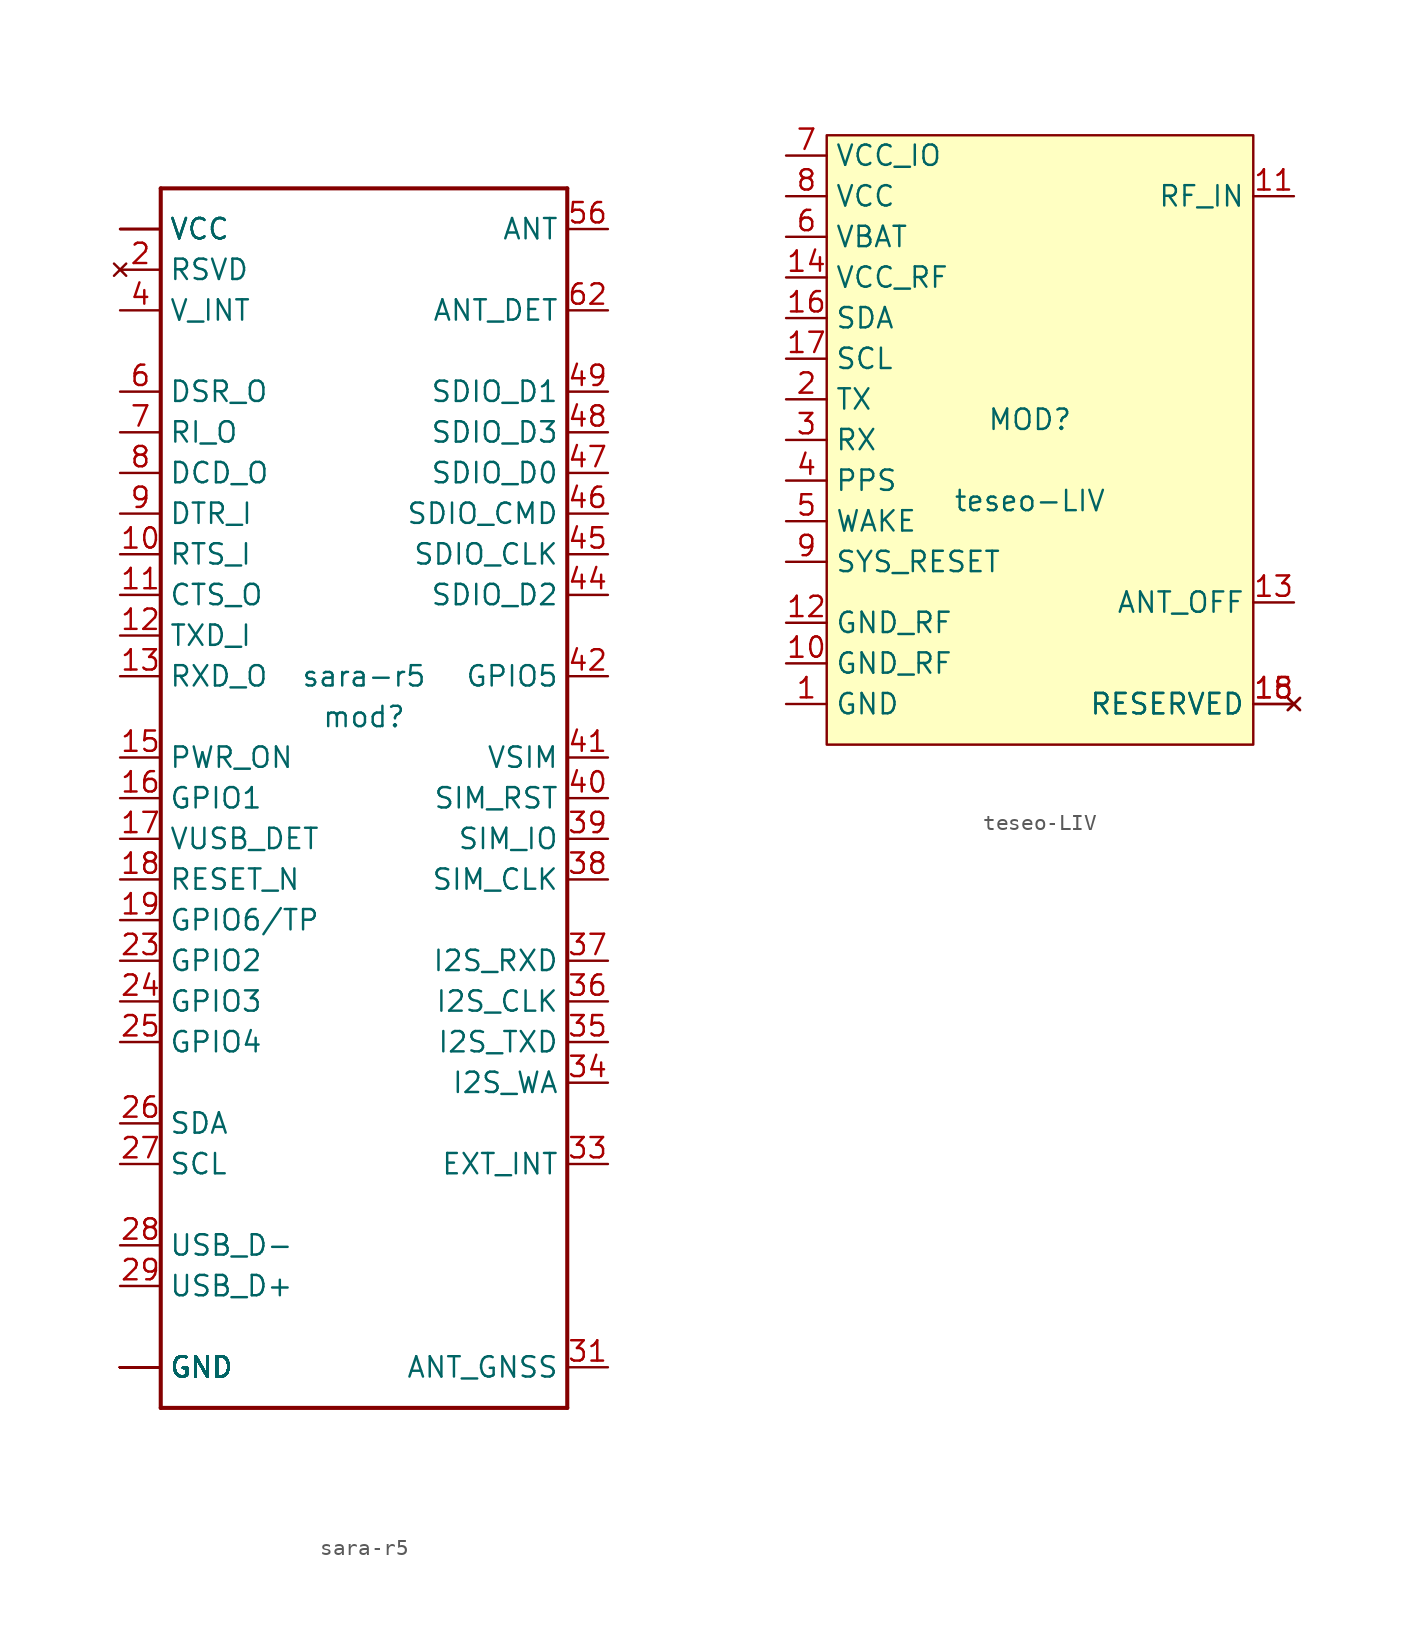
<source format=kicad_sym>
(kicad_symbol_lib
  (version 20201005)
  (generator kicad_symbol_editor)
  (symbol "modulles:sara-r5"
    (property "Reference" "mod"
      (at 0 0 0)
      (effects (font (size 1.27 1.27))))
    (property "Value" "sara-r5"
      (at 0 2.54 0)
      (effects (font (size 1.27 1.27))))
    (symbol "sara-r5_1_0"
      (polyline (pts (xy -12.7 -43.18) (xy 12.7 -43.18)) (stroke (width 0.254)) (fill (type none)))
      (polyline (pts (xy -12.7 33.02) (xy -12.7 -43.18)) (stroke (width 0.254)) (fill (type none)))
      (polyline (pts (xy 12.7 -43.18) (xy 12.7 33.02)) (stroke (width 0.254)) (fill (type none)))
      (polyline (pts (xy 12.7 33.02) (xy -12.7 33.02)) (stroke (width 0.254)) (fill (type none)))
      (pin power_in line (at -15.24 -40.64 0) (length 2.54) (name "GND" (effects (font (size 1.27 1.27)))) (number "1" (effects (font (size 0 0)))))
      (pin input line (at -15.24 10.16 0) (length 2.54) (name "RTS_I" (effects (font (size 1.27 1.27)))) (number "10" (effects (font (size 1.27 1.27)))))
      (pin output line (at -15.24 7.62 0) (length 2.54) (name "CTS_O" (effects (font (size 1.27 1.27)))) (number "11" (effects (font (size 1.27 1.27)))))
      (pin input line (at -15.24 5.08 0) (length 2.54) (name "TXD_I" (effects (font (size 1.27 1.27)))) (number "12" (effects (font (size 1.27 1.27)))))
      (pin output line (at -15.24 2.54 0) (length 2.54) (name "RXD_O" (effects (font (size 1.27 1.27)))) (number "13" (effects (font (size 1.27 1.27)))))
      (pin power_in line (at -15.24 -40.64 0) (length 2.54) (name "GND" (effects (font (size 1.27 1.27)))) (number "14" (effects (font (size 0 0)))))
      (pin input line (at -15.24 -2.54 0) (length 2.54) (name "PWR_ON" (effects (font (size 1.27 1.27)))) (number "15" (effects (font (size 1.27 1.27)))))
      (pin bidirectional line (at -15.24 -5.08 0) (length 2.54) (name "GPIO1" (effects (font (size 1.27 1.27)))) (number "16" (effects (font (size 1.27 1.27)))))
      (pin input line (at -15.24 -7.62 0) (length 2.54) (name "VUSB_DET" (effects (font (size 1.27 1.27)))) (number "17" (effects (font (size 1.27 1.27)))))
      (pin input line (at -15.24 -10.16 0) (length 2.54) (name "RESET_N" (effects (font (size 1.27 1.27)))) (number "18" (effects (font (size 1.27 1.27)))))
      (pin bidirectional line (at -15.24 -12.7 0) (length 2.54) (name "GPIO6/TP" (effects (font (size 1.27 1.27)))) (number "19" (effects (font (size 1.27 1.27)))))
      (pin no_connect line (at -15.24 27.94 0) (length 2.54) (name "RSVD" (effects (font (size 1.27 1.27)))) (number "2" (effects (font (size 1.27 1.27)))))
      (pin power_in line (at -15.24 -40.64 0) (length 2.54) (name "GND" (effects (font (size 1.27 1.27)))) (number "20" (effects (font (size 0 0)))))
      (pin power_in line (at -15.24 -40.64 0) (length 2.54) (name "GND" (effects (font (size 1.27 1.27)))) (number "21" (effects (font (size 0 0)))))
      (pin power_in line (at -15.24 -40.64 0) (length 2.54) (name "GND" (effects (font (size 1.27 1.27)))) (number "22" (effects (font (size 0 0)))))
      (pin bidirectional line (at -15.24 -15.24 0) (length 2.54) (name "GPIO2" (effects (font (size 1.27 1.27)))) (number "23" (effects (font (size 1.27 1.27)))))
      (pin bidirectional line (at -15.24 -17.78 0) (length 2.54) (name "GPIO3" (effects (font (size 1.27 1.27)))) (number "24" (effects (font (size 1.27 1.27)))))
      (pin bidirectional line (at -15.24 -20.32 0) (length 2.54) (name "GPIO4" (effects (font (size 1.27 1.27)))) (number "25" (effects (font (size 1.27 1.27)))))
      (pin bidirectional line (at -15.24 -25.4 0) (length 2.54) (name "SDA" (effects (font (size 1.27 1.27)))) (number "26" (effects (font (size 1.27 1.27)))))
      (pin bidirectional line (at -15.24 -27.94 0) (length 2.54) (name "SCL" (effects (font (size 1.27 1.27)))) (number "27" (effects (font (size 1.27 1.27)))))
      (pin bidirectional line (at -15.24 -33.02 0) (length 2.54) (name "USB_D-" (effects (font (size 1.27 1.27)))) (number "28" (effects (font (size 1.27 1.27)))))
      (pin bidirectional line (at -15.24 -35.56 0) (length 2.54) (name "USB_D+" (effects (font (size 1.27 1.27)))) (number "29" (effects (font (size 1.27 1.27)))))
      (pin power_in line (at -15.24 -40.64 0) (length 2.54) (name "GND" (effects (font (size 1.27 1.27)))) (number "3" (effects (font (size 0 0)))))
      (pin power_in line (at -15.24 -40.64 0) (length 2.54) (name "GND" (effects (font (size 1.27 1.27)))) (number "30" (effects (font (size 0 0)))))
      (pin input line (at 15.24 -40.64 180) (length 2.54) (name "ANT_GNSS" (effects (font (size 1.27 1.27)))) (number "31" (effects (font (size 1.27 1.27)))))
      (pin power_in line (at -15.24 -40.64 0) (length 2.54) (name "GND" (effects (font (size 1.27 1.27)))) (number "32" (effects (font (size 0 0)))))
      (pin input line (at 15.24 -27.94 180) (length 2.54) (name "EXT_INT" (effects (font (size 1.27 1.27)))) (number "33" (effects (font (size 1.27 1.27)))))
      (pin output line (at 15.24 -22.86 180) (length 2.54) (name "I2S_WA" (effects (font (size 1.27 1.27)))) (number "34" (effects (font (size 1.27 1.27)))))
      (pin output line (at 15.24 -20.32 180) (length 2.54) (name "I2S_TXD" (effects (font (size 1.27 1.27)))) (number "35" (effects (font (size 1.27 1.27)))))
      (pin output line (at 15.24 -17.78 180) (length 2.54) (name "I2S_CLK" (effects (font (size 1.27 1.27)))) (number "36" (effects (font (size 1.27 1.27)))))
      (pin input line (at 15.24 -15.24 180) (length 2.54) (name "I2S_RXD" (effects (font (size 1.27 1.27)))) (number "37" (effects (font (size 1.27 1.27)))))
      (pin output line (at 15.24 -10.16 180) (length 2.54) (name "SIM_CLK" (effects (font (size 1.27 1.27)))) (number "38" (effects (font (size 1.27 1.27)))))
      (pin bidirectional line (at 15.24 -7.62 180) (length 2.54) (name "SIM_IO" (effects (font (size 1.27 1.27)))) (number "39" (effects (font (size 1.27 1.27)))))
      (pin output line (at -15.24 25.4 0) (length 2.54) (name "V_INT" (effects (font (size 1.27 1.27)))) (number "4" (effects (font (size 1.27 1.27)))))
      (pin output line (at 15.24 -5.08 180) (length 2.54) (name "SIM_RST" (effects (font (size 1.27 1.27)))) (number "40" (effects (font (size 1.27 1.27)))))
      (pin output line (at 15.24 -2.54 180) (length 2.54) (name "VSIM" (effects (font (size 1.27 1.27)))) (number "41" (effects (font (size 1.27 1.27)))))
      (pin bidirectional line (at 15.24 2.54 180) (length 2.54) (name "GPIO5" (effects (font (size 1.27 1.27)))) (number "42" (effects (font (size 1.27 1.27)))))
      (pin power_in line (at -15.24 -40.64 0) (length 2.54) (name "GND" (effects (font (size 1.27 1.27)))) (number "43" (effects (font (size 0 0)))))
      (pin bidirectional line (at 15.24 7.62 180) (length 2.54) (name "SDIO_D2" (effects (font (size 1.27 1.27)))) (number "44" (effects (font (size 1.27 1.27)))))
      (pin output line (at 15.24 10.16 180) (length 2.54) (name "SDIO_CLK" (effects (font (size 1.27 1.27)))) (number "45" (effects (font (size 1.27 1.27)))))
      (pin bidirectional line (at 15.24 12.7 180) (length 2.54) (name "SDIO_CMD" (effects (font (size 1.27 1.27)))) (number "46" (effects (font (size 1.27 1.27)))))
      (pin bidirectional line (at 15.24 15.24 180) (length 2.54) (name "SDIO_D0" (effects (font (size 1.27 1.27)))) (number "47" (effects (font (size 1.27 1.27)))))
      (pin bidirectional line (at 15.24 17.78 180) (length 2.54) (name "SDIO_D3" (effects (font (size 1.27 1.27)))) (number "48" (effects (font (size 1.27 1.27)))))
      (pin bidirectional line (at 15.24 20.32 180) (length 2.54) (name "SDIO_D1" (effects (font (size 1.27 1.27)))) (number "49" (effects (font (size 1.27 1.27)))))
      (pin power_in line (at -15.24 -40.64 0) (length 2.54) (name "GND" (effects (font (size 1.27 1.27)))) (number "5" (effects (font (size 0 0)))))
      (pin power_in line (at -15.24 -40.64 0) (length 2.54) (name "GND" (effects (font (size 1.27 1.27)))) (number "50" (effects (font (size 0 0)))))
      (pin power_in line (at -15.24 30.48 0) (length 2.54) (name "VCC" (effects (font (size 1.27 1.27)))) (number "51" (effects (font (size 0 0)))))
      (pin power_in line (at -15.24 30.48 0) (length 2.54) (name "VCC" (effects (font (size 1.27 1.27)))) (number "52" (effects (font (size 0 0)))))
      (pin power_in line (at -15.24 30.48 0) (length 2.54) (name "VCC" (effects (font (size 1.27 1.27)))) (number "53" (effects (font (size 0 0)))))
      (pin power_in line (at -15.24 -40.64 0) (length 2.54) (name "GND" (effects (font (size 1.27 1.27)))) (number "54" (effects (font (size 0 0)))))
      (pin power_in line (at -15.24 -40.64 0) (length 2.54) (name "GND" (effects (font (size 1.27 1.27)))) (number "55" (effects (font (size 0 0)))))
      (pin bidirectional line (at 15.24 30.48 180) (length 2.54) (name "ANT" (effects (font (size 1.27 1.27)))) (number "56" (effects (font (size 1.27 1.27)))))
      (pin power_in line (at -15.24 -40.64 0) (length 2.54) (name "GND" (effects (font (size 1.27 1.27)))) (number "57" (effects (font (size 0 0)))))
      (pin power_in line (at -15.24 -40.64 0) (length 2.54) (name "GND" (effects (font (size 1.27 1.27)))) (number "58" (effects (font (size 0 0)))))
      (pin power_in line (at -15.24 -40.64 0) (length 2.54) (name "GND" (effects (font (size 1.27 1.27)))) (number "59" (effects (font (size 0 0)))))
      (pin output line (at -15.24 20.32 0) (length 2.54) (name "DSR_O" (effects (font (size 1.27 1.27)))) (number "6" (effects (font (size 1.27 1.27)))))
      (pin power_in line (at -15.24 -40.64 0) (length 2.54) (name "GND" (effects (font (size 1.27 1.27)))) (number "60" (effects (font (size 0 0)))))
      (pin power_in line (at -15.24 -40.64 0) (length 2.54) (name "GND" (effects (font (size 1.27 1.27)))) (number "61" (effects (font (size 0 0)))))
      (pin input line (at 15.24 25.4 180) (length 2.54) (name "ANT_DET" (effects (font (size 1.27 1.27)))) (number "62" (effects (font (size 1.27 1.27)))))
      (pin power_in line (at -15.24 -40.64 0) (length 2.54) (name "GND" (effects (font (size 1.27 1.27)))) (number "63" (effects (font (size 0 0)))))
      (pin power_in line (at -15.24 -40.64 0) (length 2.54) (name "GND" (effects (font (size 1.27 1.27)))) (number "64" (effects (font (size 0 0)))))
      (pin power_in line (at -15.24 -40.64 0) (length 2.54) (name "GND" (effects (font (size 1.27 1.27)))) (number "65" (effects (font (size 0 0)))))
      (pin power_in line (at -15.24 -40.64 0) (length 2.54) (name "GND" (effects (font (size 1.27 1.27)))) (number "66" (effects (font (size 0 0)))))
      (pin power_in line (at -15.24 -40.64 0) (length 2.54) (name "GND" (effects (font (size 1.27 1.27)))) (number "67" (effects (font (size 0 0)))))
      (pin power_in line (at -15.24 -40.64 0) (length 2.54) (name "GND" (effects (font (size 1.27 1.27)))) (number "68" (effects (font (size 0 0)))))
      (pin power_in line (at -15.24 -40.64 0) (length 2.54) (name "GND" (effects (font (size 1.27 1.27)))) (number "69" (effects (font (size 0 0)))))
      (pin output line (at -15.24 17.78 0) (length 2.54) (name "RI_O" (effects (font (size 1.27 1.27)))) (number "7" (effects (font (size 1.27 1.27)))))
      (pin power_in line (at -15.24 -40.64 0) (length 2.54) (name "GND" (effects (font (size 1.27 1.27)))) (number "70" (effects (font (size 0 0)))))
      (pin power_in line (at -15.24 -40.64 0) (length 2.54) (name "GND" (effects (font (size 1.27 1.27)))) (number "71" (effects (font (size 0 0)))))
      (pin power_in line (at -15.24 -40.64 0) (length 2.54) (name "GND" (effects (font (size 1.27 1.27)))) (number "72" (effects (font (size 0 0)))))
      (pin power_in line (at -15.24 -40.64 0) (length 2.54) (name "GND" (effects (font (size 1.27 1.27)))) (number "73" (effects (font (size 0 0)))))
      (pin power_in line (at -15.24 -40.64 0) (length 2.54) (name "GND" (effects (font (size 1.27 1.27)))) (number "74" (effects (font (size 0 0)))))
      (pin power_in line (at -15.24 -40.64 0) (length 2.54) (name "GND" (effects (font (size 1.27 1.27)))) (number "75" (effects (font (size 0 0)))))
      (pin power_in line (at -15.24 -40.64 0) (length 2.54) (name "GND" (effects (font (size 1.27 1.27)))) (number "76" (effects (font (size 0 0)))))
      (pin power_in line (at -15.24 -40.64 0) (length 2.54) (name "GND" (effects (font (size 1.27 1.27)))) (number "77" (effects (font (size 0 0)))))
      (pin power_in line (at -15.24 -40.64 0) (length 2.54) (name "GND" (effects (font (size 1.27 1.27)))) (number "78" (effects (font (size 0 0)))))
      (pin power_in line (at -15.24 -40.64 0) (length 2.54) (name "GND" (effects (font (size 1.27 1.27)))) (number "79" (effects (font (size 0 0)))))
      (pin output line (at -15.24 15.24 0) (length 2.54) (name "DCD_O" (effects (font (size 1.27 1.27)))) (number "8" (effects (font (size 1.27 1.27)))))
      (pin power_in line (at -15.24 -40.64 0) (length 2.54) (name "GND" (effects (font (size 1.27 1.27)))) (number "80" (effects (font (size 0 0)))))
      (pin power_in line (at -15.24 -40.64 0) (length 2.54) (name "GND" (effects (font (size 1.27 1.27)))) (number "81" (effects (font (size 0 0)))))
      (pin power_in line (at -15.24 -40.64 0) (length 2.54) (name "GND" (effects (font (size 1.27 1.27)))) (number "82" (effects (font (size 0 0)))))
      (pin power_in line (at -15.24 -40.64 0) (length 2.54) (name "GND" (effects (font (size 1.27 1.27)))) (number "83" (effects (font (size 0 0)))))
      (pin power_in line (at -15.24 -40.64 0) (length 2.54) (name "GND" (effects (font (size 1.27 1.27)))) (number "84" (effects (font (size 0 0)))))
      (pin power_in line (at -15.24 -40.64 0) (length 2.54) (name "GND" (effects (font (size 1.27 1.27)))) (number "85" (effects (font (size 0 0)))))
      (pin power_in line (at -15.24 -40.64 0) (length 2.54) (name "GND" (effects (font (size 1.27 1.27)))) (number "86" (effects (font (size 0 0)))))
      (pin power_in line (at -15.24 -40.64 0) (length 2.54) (name "GND" (effects (font (size 1.27 1.27)))) (number "87" (effects (font (size 0 0)))))
      (pin power_in line (at -15.24 -40.64 0) (length 2.54) (name "GND" (effects (font (size 1.27 1.27)))) (number "88" (effects (font (size 0 0)))))
      (pin power_in line (at -15.24 -40.64 0) (length 2.54) (name "GND" (effects (font (size 1.27 1.27)))) (number "89" (effects (font (size 0 0)))))
      (pin input line (at -15.24 12.7 0) (length 2.54) (name "DTR_I" (effects (font (size 1.27 1.27)))) (number "9" (effects (font (size 1.27 1.27)))))
      (pin power_in line (at -15.24 -40.64 0) (length 2.54) (name "GND" (effects (font (size 1.27 1.27)))) (number "90" (effects (font (size 0 0)))))
      (pin power_in line (at -15.24 -40.64 0) (length 2.54) (name "GND" (effects (font (size 1.27 1.27)))) (number "91" (effects (font (size 0 0)))))
      (pin power_in line (at -15.24 -40.64 0) (length 2.54) (name "GND" (effects (font (size 1.27 1.27)))) (number "92" (effects (font (size 0 0)))))
      (pin power_in line (at -15.24 -40.64 0) (length 2.54) (name "GND" (effects (font (size 1.27 1.27)))) (number "93" (effects (font (size 0 0)))))
      (pin power_in line (at -15.24 -40.64 0) (length 2.54) (name "GND" (effects (font (size 1.27 1.27)))) (number "94" (effects (font (size 0 0)))))
      (pin power_in line (at -15.24 -40.64 0) (length 2.54) (name "GND" (effects (font (size 1.27 1.27)))) (number "95" (effects (font (size 0 0)))))
      (pin power_in line (at -15.24 -40.64 0) (length 2.54) (name "GND" (effects (font (size 1.27 1.27)))) (number "96" (effects (font (size 0 0)))))))
  (symbol "modulles:teseo-LIV"
    (property "Reference" "MOD"
      (at 12.7 -16.51 0)
      (effects (font (size 1.27 1.27))))
    (property "Value" "teseo-LIV"
      (at 12.7 -21.59 0)
      (effects (font (size 1.27 1.27))))
    (symbol "teseo-LIV_0_1"
      (rectangle (start 0 1.27) (end 26.67 -36.83) (stroke (width 0.152)) (fill (type background))))
    (symbol "teseo-LIV_1_1"
      (pin power_out line (at -2.54 -34.29 0) (length 2.54) (name "GND" (effects (font (size 1.27 1.27)))) (number "1" (effects (font (size 1.27 1.27)))))
      (pin power_out line (at -2.54 -31.75 0) (length 2.54) (name "GND_RF" (effects (font (size 1.27 1.27)))) (number "10" (effects (font (size 1.27 1.27)))))
      (pin input line (at 29.21 -2.54 180) (length 2.54) (name "RF_IN" (effects (font (size 1.27 1.27)))) (number "11" (effects (font (size 1.27 1.27)))))
      (pin power_out line (at -2.54 -29.21 0) (length 2.54) (name "GND_RF" (effects (font (size 1.27 1.27)))) (number "12" (effects (font (size 1.27 1.27)))))
      (pin output line (at 29.21 -27.94 180) (length 2.54) (name "ANT_OFF" (effects (font (size 1.27 1.27)))) (number "13" (effects (font (size 1.27 1.27)))))
      (pin power_in line (at -2.54 -7.62 0) (length 2.54) (name "VCC_RF" (effects (font (size 1.27 1.27)))) (number "14" (effects (font (size 1.27 1.27)))))
      (pin no_connect line (at 29.21 -34.29 180) (length 2.54) (name "RESERVED" (effects (font (size 1.27 1.27)))) (number "15" (effects (font (size 1.27 1.27)))))
      (pin bidirectional line (at -2.54 -10.16 0) (length 2.54) (name "SDA" (effects (font (size 1.27 1.27)))) (number "16" (effects (font (size 1.27 1.27)))))
      (pin bidirectional line (at -2.54 -12.7 0) (length 2.54) (name "SCL" (effects (font (size 1.27 1.27)))) (number "17" (effects (font (size 1.27 1.27)))))
      (pin no_connect line (at 29.21 -34.29 180) (length 2.54) (name "RESERVED" (effects (font (size 1.27 1.27)))) (number "18" (effects (font (size 1.27 1.27)))))
      (pin output line (at -2.54 -15.24 0) (length 2.54) (name "TX" (effects (font (size 1.27 1.27)))) (number "2" (effects (font (size 1.27 1.27)))))
      (pin input line (at -2.54 -17.78 0) (length 2.54) (name "RX" (effects (font (size 1.27 1.27)))) (number "3" (effects (font (size 1.27 1.27)))))
      (pin output line (at -2.54 -20.32 0) (length 2.54) (name "PPS" (effects (font (size 1.27 1.27)))) (number "4" (effects (font (size 1.27 1.27)))))
      (pin input line (at -2.54 -22.86 0) (length 2.54) (name "WAKE" (effects (font (size 1.27 1.27)))) (number "5" (effects (font (size 1.27 1.27)))))
      (pin power_in line (at -2.54 -5.08 0) (length 2.54) (name "VBAT" (effects (font (size 1.27 1.27)))) (number "6" (effects (font (size 1.27 1.27)))))
      (pin power_in line (at -2.54 0 0) (length 2.54) (name "VCC_IO" (effects (font (size 1.27 1.27)))) (number "7" (effects (font (size 1.27 1.27)))))
      (pin power_in line (at -2.54 -2.54 0) (length 2.54) (name "VCC" (effects (font (size 1.27 1.27)))) (number "8" (effects (font (size 1.27 1.27)))))
      (pin input line (at -2.54 -25.4 0) (length 2.54) (name "SYS_RESET" (effects (font (size 1.27 1.27)))) (number "9" (effects (font (size 1.27 1.27))))))))
</source>
